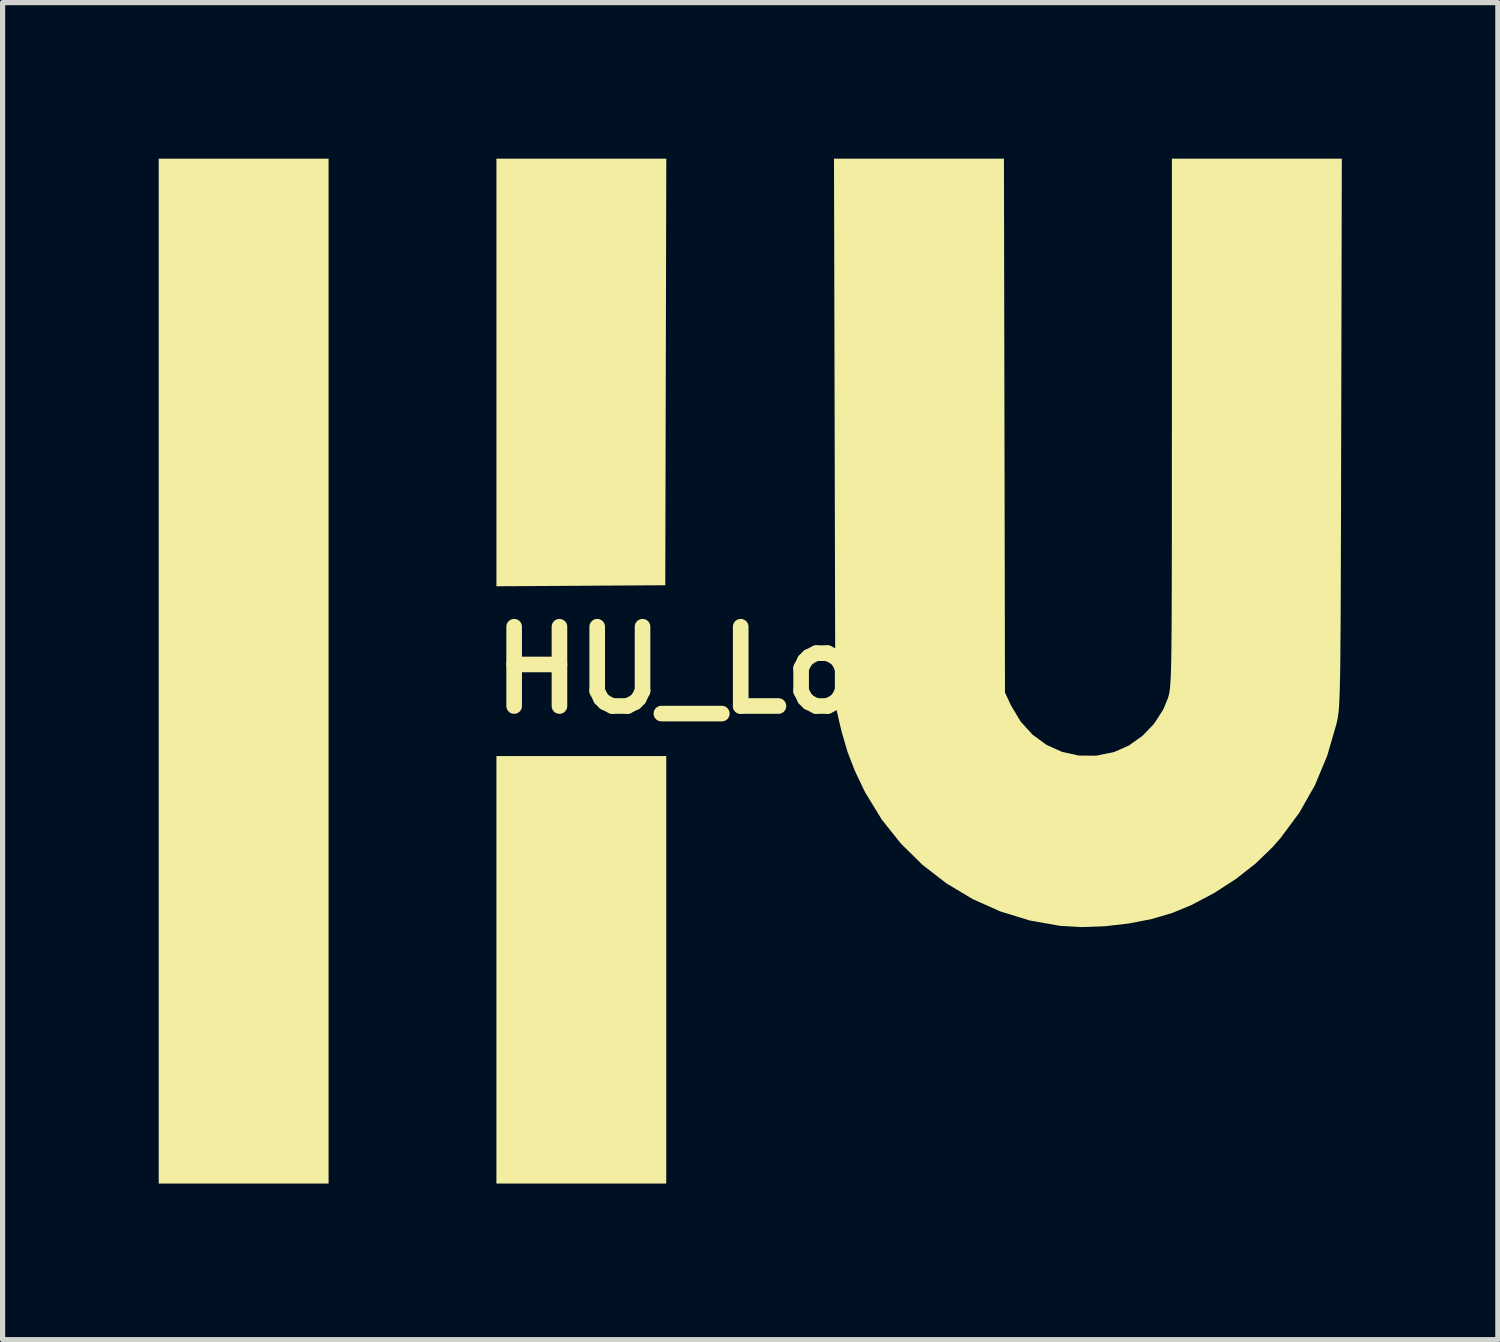
<source format=kicad_pcb>
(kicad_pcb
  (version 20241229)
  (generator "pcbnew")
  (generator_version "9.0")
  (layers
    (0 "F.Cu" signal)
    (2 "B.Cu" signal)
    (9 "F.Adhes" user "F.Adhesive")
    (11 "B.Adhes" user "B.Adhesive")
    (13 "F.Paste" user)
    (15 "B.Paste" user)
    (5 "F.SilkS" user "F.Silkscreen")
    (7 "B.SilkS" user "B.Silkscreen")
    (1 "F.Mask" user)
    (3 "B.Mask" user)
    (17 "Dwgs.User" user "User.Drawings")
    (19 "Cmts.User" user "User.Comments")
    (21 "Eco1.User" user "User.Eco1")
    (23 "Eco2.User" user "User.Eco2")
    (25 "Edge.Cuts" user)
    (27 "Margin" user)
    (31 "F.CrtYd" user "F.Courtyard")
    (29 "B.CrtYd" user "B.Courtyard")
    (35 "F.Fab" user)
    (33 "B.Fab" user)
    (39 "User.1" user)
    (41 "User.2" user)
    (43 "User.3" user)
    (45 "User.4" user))
  (footprint "HU_Logo"
    (layer "F.Cu")
    (at 11.331 9.83)
    (property "Reference" "HU_Logo" (at 0 0 0) (layer "F.SilkS") (effects (font (size 1.524 1.524) (thickness 0.3))))
    (attr board_only exclude_from_pos_files exclude_from_bom)
    (fp_poly (pts (xy -8.066 9.867) (xy -11.331 9.867) (xy -11.331 -9.83) (xy -8.066 -9.83)) (stroke (width 0) (type solid)) (fill yes) (layer "F.SilkS"))
    (fp_poly (pts (xy -1.576 9.867) (xy -4.84 9.867) (xy -4.84 1.651) (xy -1.576 1.651)) (stroke (width 0) (type solid)) (fill yes) (layer "F.SilkS"))
    (fp_poly (pts (xy -1.585 -5.731) (xy -1.595 -1.632) (xy -3.217 -1.622) (xy -4.84 -1.612) (xy -4.84 -9.83) (xy -1.575 -9.83)) (stroke (width 0) (type solid)) (fill yes) (layer "F.SilkS"))
    (fp_poly (pts (xy 4.924 -4.699) (xy 4.934 0.431) (xy 5.052 0.682) (xy 5.235 0.988) (xy 5.464 1.24) (xy 5.732 1.436) (xy 6.03 1.57) (xy 6.351 1.641) (xy 6.686 1.644) (xy 7.028 1.575) (xy 7.029 1.575) (xy 7.315 1.449) (xy 7.577 1.262) (xy 7.801 1.028) (xy 7.975 0.759) (xy 8.066 0.537) (xy 8.077 0.501) (xy 8.086 0.463) (xy 8.095 0.42) (xy 8.103 0.367) (xy 8.109 0.3) (xy 8.115 0.217) (xy 8.121 0.112) (xy 8.125 -0.019) (xy 8.129 -0.178) (xy 8.132 -0.371) (xy 8.134 -0.6) (xy 8.137 -0.87) (xy 8.138 -1.185) (xy 8.139 -1.549) (xy 8.14 -1.965) (xy 8.141 -2.438) (xy 8.141 -2.971) (xy 8.141 -3.568) (xy 8.141 -4.234) (xy 8.142 -4.769) (xy 8.142 -9.83) (xy 11.408 -9.83) (xy 11.396 -4.568) (xy 11.394 -3.835) (xy 11.393 -3.173) (xy 11.391 -2.578) (xy 11.389 -2.047) (xy 11.388 -1.575) (xy 11.386 -1.158) (xy 11.384 -0.793) (xy 11.381 -0.476) (xy 11.379 -0.203) (xy 11.376 0.03) (xy 11.372 0.227) (xy 11.368 0.392) (xy 11.363 0.529) (xy 11.358 0.641) (xy 11.352 0.733) (xy 11.345 0.808) (xy 11.337 0.87) (xy 11.328 0.924) (xy 11.318 0.973) (xy 11.308 1.021) (xy 11.305 1.032) (xy 11.127 1.645) (xy 10.89 2.213) (xy 10.591 2.74) (xy 10.229 3.228) (xy 10.074 3.404) (xy 9.75 3.717) (xy 9.371 4.014) (xy 8.956 4.282) (xy 8.527 4.51) (xy 8.15 4.666) (xy 7.753 4.783) (xy 7.312 4.869) (xy 6.854 4.922) (xy 6.405 4.938) (xy 5.99 4.914) (xy 5.99 4.914) (xy 5.406 4.81) (xy 4.845 4.637) (xy 4.311 4.399) (xy 3.81 4.099) (xy 3.349 3.742) (xy 2.933 3.332) (xy 2.567 2.873) (xy 2.258 2.368) (xy 2.224 2.303) (xy 2.046 1.928) (xy 1.908 1.57) (xy 1.798 1.194) (xy 1.756 1.022) (xy 1.673 0.657) (xy 1.648 -9.83) (xy 4.914 -9.83)) (stroke (width 0) (type solid)) (fill yes) (layer "F.SilkS")))
  (gr_rect
    (start -3 -3)
    (end 25.738 22.697)
    (stroke (width 0.1) (type default))
    (fill no)
    (layer "Edge.Cuts")))
</source>
